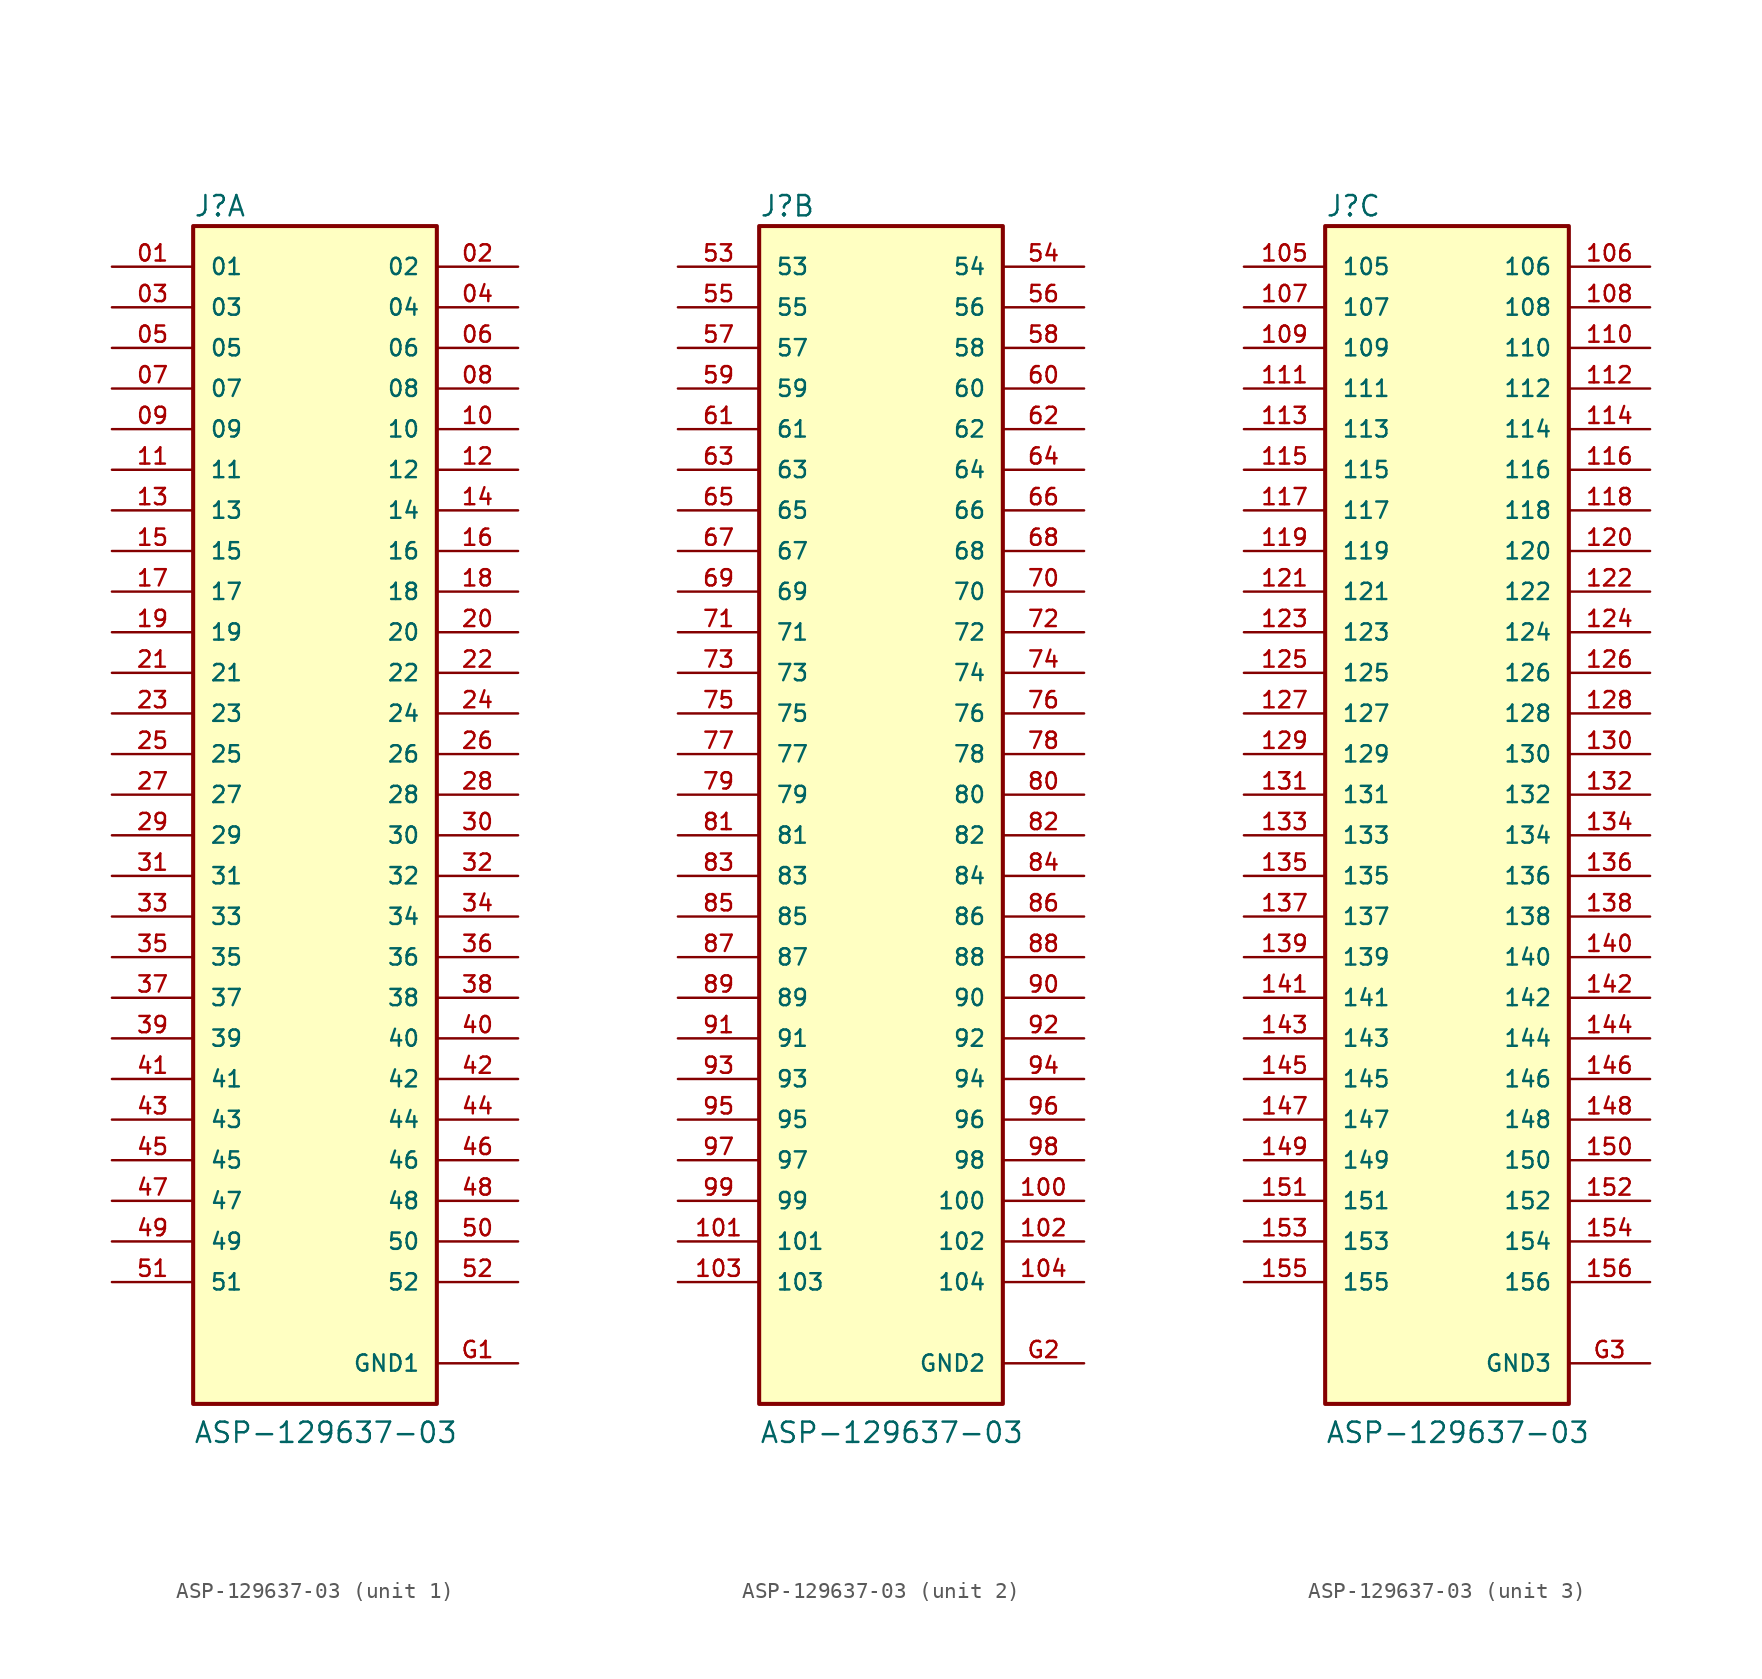
<source format=kicad_sym>
(kicad_symbol_lib
  (version 20211014)
  (generator kicad_symbol_editor)
  (symbol "ASP-129637-03"
    (pin_names
      (offset 1.016))
    (property "Reference" "J"
      (at -7.62 36.068 0)
      (effects (font (size 1.27 1.27)) (justify bottom left)))
    (property "Value" "ASP-129637-03"
      (at -7.62 -40.64 0)
      (effects (font (size 1.27 1.27)) (justify bottom left)))
    (symbol "ASP-129637-03_1_0"
      (rectangle (start -7.62 -38.1) (end 7.62 35.56) (stroke (width 0.254)) (fill (type background)))
      (pin passive line (at -12.7 33.02 0) (length 5.08) (name "01" (effects (font (size 1.016 1.016)))) (number "01" (effects (font (size 1.016 1.016)))))
      (pin passive line (at 12.7 33.02 180.0) (length 5.08) (name "02" (effects (font (size 1.016 1.016)))) (number "02" (effects (font (size 1.016 1.016)))))
      (pin passive line (at -12.7 30.48 0) (length 5.08) (name "03" (effects (font (size 1.016 1.016)))) (number "03" (effects (font (size 1.016 1.016)))))
      (pin passive line (at 12.7 30.48 180.0) (length 5.08) (name "04" (effects (font (size 1.016 1.016)))) (number "04" (effects (font (size 1.016 1.016)))))
      (pin passive line (at -12.7 27.94 0) (length 5.08) (name "05" (effects (font (size 1.016 1.016)))) (number "05" (effects (font (size 1.016 1.016)))))
      (pin passive line (at 12.7 27.94 180.0) (length 5.08) (name "06" (effects (font (size 1.016 1.016)))) (number "06" (effects (font (size 1.016 1.016)))))
      (pin passive line (at -12.7 25.4 0) (length 5.08) (name "07" (effects (font (size 1.016 1.016)))) (number "07" (effects (font (size 1.016 1.016)))))
      (pin passive line (at 12.7 25.4 180.0) (length 5.08) (name "08" (effects (font (size 1.016 1.016)))) (number "08" (effects (font (size 1.016 1.016)))))
      (pin passive line (at -12.7 22.86 0) (length 5.08) (name "09" (effects (font (size 1.016 1.016)))) (number "09" (effects (font (size 1.016 1.016)))))
      (pin passive line (at 12.7 22.86 180.0) (length 5.08) (name "10" (effects (font (size 1.016 1.016)))) (number "10" (effects (font (size 1.016 1.016)))))
      (pin passive line (at -12.7 20.32 0) (length 5.08) (name "11" (effects (font (size 1.016 1.016)))) (number "11" (effects (font (size 1.016 1.016)))))
      (pin passive line (at 12.7 20.32 180.0) (length 5.08) (name "12" (effects (font (size 1.016 1.016)))) (number "12" (effects (font (size 1.016 1.016)))))
      (pin passive line (at -12.7 17.78 0) (length 5.08) (name "13" (effects (font (size 1.016 1.016)))) (number "13" (effects (font (size 1.016 1.016)))))
      (pin passive line (at 12.7 17.78 180.0) (length 5.08) (name "14" (effects (font (size 1.016 1.016)))) (number "14" (effects (font (size 1.016 1.016)))))
      (pin passive line (at -12.7 15.24 0) (length 5.08) (name "15" (effects (font (size 1.016 1.016)))) (number "15" (effects (font (size 1.016 1.016)))))
      (pin passive line (at 12.7 15.24 180.0) (length 5.08) (name "16" (effects (font (size 1.016 1.016)))) (number "16" (effects (font (size 1.016 1.016)))))
      (pin passive line (at -12.7 12.7 0) (length 5.08) (name "17" (effects (font (size 1.016 1.016)))) (number "17" (effects (font (size 1.016 1.016)))))
      (pin passive line (at 12.7 12.7 180.0) (length 5.08) (name "18" (effects (font (size 1.016 1.016)))) (number "18" (effects (font (size 1.016 1.016)))))
      (pin passive line (at -12.7 10.16 0) (length 5.08) (name "19" (effects (font (size 1.016 1.016)))) (number "19" (effects (font (size 1.016 1.016)))))
      (pin passive line (at 12.7 10.16 180.0) (length 5.08) (name "20" (effects (font (size 1.016 1.016)))) (number "20" (effects (font (size 1.016 1.016)))))
      (pin passive line (at -12.7 7.62 0) (length 5.08) (name "21" (effects (font (size 1.016 1.016)))) (number "21" (effects (font (size 1.016 1.016)))))
      (pin passive line (at 12.7 7.62 180.0) (length 5.08) (name "22" (effects (font (size 1.016 1.016)))) (number "22" (effects (font (size 1.016 1.016)))))
      (pin passive line (at -12.7 5.08 0) (length 5.08) (name "23" (effects (font (size 1.016 1.016)))) (number "23" (effects (font (size 1.016 1.016)))))
      (pin passive line (at 12.7 5.08 180.0) (length 5.08) (name "24" (effects (font (size 1.016 1.016)))) (number "24" (effects (font (size 1.016 1.016)))))
      (pin passive line (at -12.7 2.54 0) (length 5.08) (name "25" (effects (font (size 1.016 1.016)))) (number "25" (effects (font (size 1.016 1.016)))))
      (pin passive line (at 12.7 2.54 180.0) (length 5.08) (name "26" (effects (font (size 1.016 1.016)))) (number "26" (effects (font (size 1.016 1.016)))))
      (pin passive line (at -12.7 0.0 0) (length 5.08) (name "27" (effects (font (size 1.016 1.016)))) (number "27" (effects (font (size 1.016 1.016)))))
      (pin passive line (at 12.7 0.0 180.0) (length 5.08) (name "28" (effects (font (size 1.016 1.016)))) (number "28" (effects (font (size 1.016 1.016)))))
      (pin passive line (at -12.7 -2.54 0) (length 5.08) (name "29" (effects (font (size 1.016 1.016)))) (number "29" (effects (font (size 1.016 1.016)))))
      (pin passive line (at 12.7 -2.54 180.0) (length 5.08) (name "30" (effects (font (size 1.016 1.016)))) (number "30" (effects (font (size 1.016 1.016)))))
      (pin passive line (at -12.7 -5.08 0) (length 5.08) (name "31" (effects (font (size 1.016 1.016)))) (number "31" (effects (font (size 1.016 1.016)))))
      (pin passive line (at 12.7 -5.08 180.0) (length 5.08) (name "32" (effects (font (size 1.016 1.016)))) (number "32" (effects (font (size 1.016 1.016)))))
      (pin passive line (at -12.7 -7.62 0) (length 5.08) (name "33" (effects (font (size 1.016 1.016)))) (number "33" (effects (font (size 1.016 1.016)))))
      (pin passive line (at 12.7 -7.62 180.0) (length 5.08) (name "34" (effects (font (size 1.016 1.016)))) (number "34" (effects (font (size 1.016 1.016)))))
      (pin passive line (at -12.7 -10.16 0) (length 5.08) (name "35" (effects (font (size 1.016 1.016)))) (number "35" (effects (font (size 1.016 1.016)))))
      (pin passive line (at 12.7 -10.16 180.0) (length 5.08) (name "36" (effects (font (size 1.016 1.016)))) (number "36" (effects (font (size 1.016 1.016)))))
      (pin passive line (at -12.7 -12.7 0) (length 5.08) (name "37" (effects (font (size 1.016 1.016)))) (number "37" (effects (font (size 1.016 1.016)))))
      (pin passive line (at 12.7 -12.7 180.0) (length 5.08) (name "38" (effects (font (size 1.016 1.016)))) (number "38" (effects (font (size 1.016 1.016)))))
      (pin passive line (at -12.7 -15.24 0) (length 5.08) (name "39" (effects (font (size 1.016 1.016)))) (number "39" (effects (font (size 1.016 1.016)))))
      (pin passive line (at 12.7 -15.24 180.0) (length 5.08) (name "40" (effects (font (size 1.016 1.016)))) (number "40" (effects (font (size 1.016 1.016)))))
      (pin passive line (at -12.7 -17.78 0) (length 5.08) (name "41" (effects (font (size 1.016 1.016)))) (number "41" (effects (font (size 1.016 1.016)))))
      (pin passive line (at 12.7 -17.78 180.0) (length 5.08) (name "42" (effects (font (size 1.016 1.016)))) (number "42" (effects (font (size 1.016 1.016)))))
      (pin passive line (at -12.7 -20.32 0) (length 5.08) (name "43" (effects (font (size 1.016 1.016)))) (number "43" (effects (font (size 1.016 1.016)))))
      (pin passive line (at 12.7 -20.32 180.0) (length 5.08) (name "44" (effects (font (size 1.016 1.016)))) (number "44" (effects (font (size 1.016 1.016)))))
      (pin passive line (at -12.7 -22.86 0) (length 5.08) (name "45" (effects (font (size 1.016 1.016)))) (number "45" (effects (font (size 1.016 1.016)))))
      (pin passive line (at 12.7 -22.86 180.0) (length 5.08) (name "46" (effects (font (size 1.016 1.016)))) (number "46" (effects (font (size 1.016 1.016)))))
      (pin passive line (at -12.7 -25.4 0) (length 5.08) (name "47" (effects (font (size 1.016 1.016)))) (number "47" (effects (font (size 1.016 1.016)))))
      (pin passive line (at 12.7 -25.4 180.0) (length 5.08) (name "48" (effects (font (size 1.016 1.016)))) (number "48" (effects (font (size 1.016 1.016)))))
      (pin passive line (at -12.7 -27.94 0) (length 5.08) (name "49" (effects (font (size 1.016 1.016)))) (number "49" (effects (font (size 1.016 1.016)))))
      (pin passive line (at 12.7 -27.94 180.0) (length 5.08) (name "50" (effects (font (size 1.016 1.016)))) (number "50" (effects (font (size 1.016 1.016)))))
      (pin passive line (at -12.7 -30.48 0) (length 5.08) (name "51" (effects (font (size 1.016 1.016)))) (number "51" (effects (font (size 1.016 1.016)))))
      (pin passive line (at 12.7 -30.48 180.0) (length 5.08) (name "52" (effects (font (size 1.016 1.016)))) (number "52" (effects (font (size 1.016 1.016)))))
      (pin power_in line (at 12.7 -35.56 180.0) (length 5.08) (name "GND1" (effects (font (size 1.016 1.016)))) (number "G1" (effects (font (size 1.016 1.016))))))
    (symbol "ASP-129637-03_2_0"
      (rectangle (start -7.62 -38.1) (end 7.62 35.56) (stroke (width 0.254)) (fill (type background)))
      (pin passive line (at -12.7 33.02 0) (length 5.08) (name "53" (effects (font (size 1.016 1.016)))) (number "53" (effects (font (size 1.016 1.016)))))
      (pin passive line (at 12.7 33.02 180.0) (length 5.08) (name "54" (effects (font (size 1.016 1.016)))) (number "54" (effects (font (size 1.016 1.016)))))
      (pin passive line (at -12.7 30.48 0) (length 5.08) (name "55" (effects (font (size 1.016 1.016)))) (number "55" (effects (font (size 1.016 1.016)))))
      (pin passive line (at 12.7 30.48 180.0) (length 5.08) (name "56" (effects (font (size 1.016 1.016)))) (number "56" (effects (font (size 1.016 1.016)))))
      (pin passive line (at -12.7 27.94 0) (length 5.08) (name "57" (effects (font (size 1.016 1.016)))) (number "57" (effects (font (size 1.016 1.016)))))
      (pin passive line (at 12.7 27.94 180.0) (length 5.08) (name "58" (effects (font (size 1.016 1.016)))) (number "58" (effects (font (size 1.016 1.016)))))
      (pin passive line (at -12.7 25.4 0) (length 5.08) (name "59" (effects (font (size 1.016 1.016)))) (number "59" (effects (font (size 1.016 1.016)))))
      (pin passive line (at 12.7 25.4 180.0) (length 5.08) (name "60" (effects (font (size 1.016 1.016)))) (number "60" (effects (font (size 1.016 1.016)))))
      (pin passive line (at -12.7 22.86 0) (length 5.08) (name "61" (effects (font (size 1.016 1.016)))) (number "61" (effects (font (size 1.016 1.016)))))
      (pin passive line (at 12.7 22.86 180.0) (length 5.08) (name "62" (effects (font (size 1.016 1.016)))) (number "62" (effects (font (size 1.016 1.016)))))
      (pin passive line (at -12.7 20.32 0) (length 5.08) (name "63" (effects (font (size 1.016 1.016)))) (number "63" (effects (font (size 1.016 1.016)))))
      (pin passive line (at 12.7 20.32 180.0) (length 5.08) (name "64" (effects (font (size 1.016 1.016)))) (number "64" (effects (font (size 1.016 1.016)))))
      (pin passive line (at -12.7 17.78 0) (length 5.08) (name "65" (effects (font (size 1.016 1.016)))) (number "65" (effects (font (size 1.016 1.016)))))
      (pin passive line (at 12.7 17.78 180.0) (length 5.08) (name "66" (effects (font (size 1.016 1.016)))) (number "66" (effects (font (size 1.016 1.016)))))
      (pin passive line (at -12.7 15.24 0) (length 5.08) (name "67" (effects (font (size 1.016 1.016)))) (number "67" (effects (font (size 1.016 1.016)))))
      (pin passive line (at 12.7 15.24 180.0) (length 5.08) (name "68" (effects (font (size 1.016 1.016)))) (number "68" (effects (font (size 1.016 1.016)))))
      (pin passive line (at -12.7 12.7 0) (length 5.08) (name "69" (effects (font (size 1.016 1.016)))) (number "69" (effects (font (size 1.016 1.016)))))
      (pin passive line (at 12.7 12.7 180.0) (length 5.08) (name "70" (effects (font (size 1.016 1.016)))) (number "70" (effects (font (size 1.016 1.016)))))
      (pin passive line (at -12.7 10.16 0) (length 5.08) (name "71" (effects (font (size 1.016 1.016)))) (number "71" (effects (font (size 1.016 1.016)))))
      (pin passive line (at 12.7 10.16 180.0) (length 5.08) (name "72" (effects (font (size 1.016 1.016)))) (number "72" (effects (font (size 1.016 1.016)))))
      (pin passive line (at -12.7 7.62 0) (length 5.08) (name "73" (effects (font (size 1.016 1.016)))) (number "73" (effects (font (size 1.016 1.016)))))
      (pin passive line (at 12.7 7.62 180.0) (length 5.08) (name "74" (effects (font (size 1.016 1.016)))) (number "74" (effects (font (size 1.016 1.016)))))
      (pin passive line (at -12.7 5.08 0) (length 5.08) (name "75" (effects (font (size 1.016 1.016)))) (number "75" (effects (font (size 1.016 1.016)))))
      (pin passive line (at 12.7 5.08 180.0) (length 5.08) (name "76" (effects (font (size 1.016 1.016)))) (number "76" (effects (font (size 1.016 1.016)))))
      (pin passive line (at -12.7 2.54 0) (length 5.08) (name "77" (effects (font (size 1.016 1.016)))) (number "77" (effects (font (size 1.016 1.016)))))
      (pin passive line (at 12.7 2.54 180.0) (length 5.08) (name "78" (effects (font (size 1.016 1.016)))) (number "78" (effects (font (size 1.016 1.016)))))
      (pin passive line (at -12.7 0.0 0) (length 5.08) (name "79" (effects (font (size 1.016 1.016)))) (number "79" (effects (font (size 1.016 1.016)))))
      (pin passive line (at 12.7 0.0 180.0) (length 5.08) (name "80" (effects (font (size 1.016 1.016)))) (number "80" (effects (font (size 1.016 1.016)))))
      (pin passive line (at -12.7 -2.54 0) (length 5.08) (name "81" (effects (font (size 1.016 1.016)))) (number "81" (effects (font (size 1.016 1.016)))))
      (pin passive line (at 12.7 -2.54 180.0) (length 5.08) (name "82" (effects (font (size 1.016 1.016)))) (number "82" (effects (font (size 1.016 1.016)))))
      (pin passive line (at -12.7 -5.08 0) (length 5.08) (name "83" (effects (font (size 1.016 1.016)))) (number "83" (effects (font (size 1.016 1.016)))))
      (pin passive line (at 12.7 -5.08 180.0) (length 5.08) (name "84" (effects (font (size 1.016 1.016)))) (number "84" (effects (font (size 1.016 1.016)))))
      (pin passive line (at -12.7 -7.62 0) (length 5.08) (name "85" (effects (font (size 1.016 1.016)))) (number "85" (effects (font (size 1.016 1.016)))))
      (pin passive line (at 12.7 -7.62 180.0) (length 5.08) (name "86" (effects (font (size 1.016 1.016)))) (number "86" (effects (font (size 1.016 1.016)))))
      (pin passive line (at -12.7 -10.16 0) (length 5.08) (name "87" (effects (font (size 1.016 1.016)))) (number "87" (effects (font (size 1.016 1.016)))))
      (pin passive line (at 12.7 -10.16 180.0) (length 5.08) (name "88" (effects (font (size 1.016 1.016)))) (number "88" (effects (font (size 1.016 1.016)))))
      (pin passive line (at -12.7 -12.7 0) (length 5.08) (name "89" (effects (font (size 1.016 1.016)))) (number "89" (effects (font (size 1.016 1.016)))))
      (pin passive line (at 12.7 -12.7 180.0) (length 5.08) (name "90" (effects (font (size 1.016 1.016)))) (number "90" (effects (font (size 1.016 1.016)))))
      (pin passive line (at -12.7 -15.24 0) (length 5.08) (name "91" (effects (font (size 1.016 1.016)))) (number "91" (effects (font (size 1.016 1.016)))))
      (pin passive line (at 12.7 -15.24 180.0) (length 5.08) (name "92" (effects (font (size 1.016 1.016)))) (number "92" (effects (font (size 1.016 1.016)))))
      (pin passive line (at -12.7 -17.78 0) (length 5.08) (name "93" (effects (font (size 1.016 1.016)))) (number "93" (effects (font (size 1.016 1.016)))))
      (pin passive line (at 12.7 -17.78 180.0) (length 5.08) (name "94" (effects (font (size 1.016 1.016)))) (number "94" (effects (font (size 1.016 1.016)))))
      (pin passive line (at -12.7 -20.32 0) (length 5.08) (name "95" (effects (font (size 1.016 1.016)))) (number "95" (effects (font (size 1.016 1.016)))))
      (pin passive line (at 12.7 -20.32 180.0) (length 5.08) (name "96" (effects (font (size 1.016 1.016)))) (number "96" (effects (font (size 1.016 1.016)))))
      (pin passive line (at -12.7 -22.86 0) (length 5.08) (name "97" (effects (font (size 1.016 1.016)))) (number "97" (effects (font (size 1.016 1.016)))))
      (pin passive line (at 12.7 -22.86 180.0) (length 5.08) (name "98" (effects (font (size 1.016 1.016)))) (number "98" (effects (font (size 1.016 1.016)))))
      (pin passive line (at -12.7 -25.4 0) (length 5.08) (name "99" (effects (font (size 1.016 1.016)))) (number "99" (effects (font (size 1.016 1.016)))))
      (pin passive line (at 12.7 -25.4 180.0) (length 5.08) (name "100" (effects (font (size 1.016 1.016)))) (number "100" (effects (font (size 1.016 1.016)))))
      (pin passive line (at -12.7 -27.94 0) (length 5.08) (name "101" (effects (font (size 1.016 1.016)))) (number "101" (effects (font (size 1.016 1.016)))))
      (pin passive line (at 12.7 -27.94 180.0) (length 5.08) (name "102" (effects (font (size 1.016 1.016)))) (number "102" (effects (font (size 1.016 1.016)))))
      (pin passive line (at -12.7 -30.48 0) (length 5.08) (name "103" (effects (font (size 1.016 1.016)))) (number "103" (effects (font (size 1.016 1.016)))))
      (pin passive line (at 12.7 -30.48 180.0) (length 5.08) (name "104" (effects (font (size 1.016 1.016)))) (number "104" (effects (font (size 1.016 1.016)))))
      (pin power_in line (at 12.7 -35.56 180.0) (length 5.08) (name "GND2" (effects (font (size 1.016 1.016)))) (number "G2" (effects (font (size 1.016 1.016))))))
    (symbol "ASP-129637-03_3_0"
      (rectangle (start -7.62 -38.1) (end 7.62 35.56) (stroke (width 0.254)) (fill (type background)))
      (pin passive line (at -12.7 33.02 0) (length 5.08) (name "105" (effects (font (size 1.016 1.016)))) (number "105" (effects (font (size 1.016 1.016)))))
      (pin passive line (at 12.7 33.02 180.0) (length 5.08) (name "106" (effects (font (size 1.016 1.016)))) (number "106" (effects (font (size 1.016 1.016)))))
      (pin passive line (at -12.7 30.48 0) (length 5.08) (name "107" (effects (font (size 1.016 1.016)))) (number "107" (effects (font (size 1.016 1.016)))))
      (pin passive line (at 12.7 30.48 180.0) (length 5.08) (name "108" (effects (font (size 1.016 1.016)))) (number "108" (effects (font (size 1.016 1.016)))))
      (pin passive line (at -12.7 27.94 0) (length 5.08) (name "109" (effects (font (size 1.016 1.016)))) (number "109" (effects (font (size 1.016 1.016)))))
      (pin passive line (at 12.7 27.94 180.0) (length 5.08) (name "110" (effects (font (size 1.016 1.016)))) (number "110" (effects (font (size 1.016 1.016)))))
      (pin passive line (at -12.7 25.4 0) (length 5.08) (name "111" (effects (font (size 1.016 1.016)))) (number "111" (effects (font (size 1.016 1.016)))))
      (pin passive line (at 12.7 25.4 180.0) (length 5.08) (name "112" (effects (font (size 1.016 1.016)))) (number "112" (effects (font (size 1.016 1.016)))))
      (pin passive line (at -12.7 22.86 0) (length 5.08) (name "113" (effects (font (size 1.016 1.016)))) (number "113" (effects (font (size 1.016 1.016)))))
      (pin passive line (at 12.7 22.86 180.0) (length 5.08) (name "114" (effects (font (size 1.016 1.016)))) (number "114" (effects (font (size 1.016 1.016)))))
      (pin passive line (at -12.7 20.32 0) (length 5.08) (name "115" (effects (font (size 1.016 1.016)))) (number "115" (effects (font (size 1.016 1.016)))))
      (pin passive line (at 12.7 20.32 180.0) (length 5.08) (name "116" (effects (font (size 1.016 1.016)))) (number "116" (effects (font (size 1.016 1.016)))))
      (pin passive line (at -12.7 17.78 0) (length 5.08) (name "117" (effects (font (size 1.016 1.016)))) (number "117" (effects (font (size 1.016 1.016)))))
      (pin passive line (at 12.7 17.78 180.0) (length 5.08) (name "118" (effects (font (size 1.016 1.016)))) (number "118" (effects (font (size 1.016 1.016)))))
      (pin passive line (at -12.7 15.24 0) (length 5.08) (name "119" (effects (font (size 1.016 1.016)))) (number "119" (effects (font (size 1.016 1.016)))))
      (pin passive line (at 12.7 15.24 180.0) (length 5.08) (name "120" (effects (font (size 1.016 1.016)))) (number "120" (effects (font (size 1.016 1.016)))))
      (pin passive line (at -12.7 12.7 0) (length 5.08) (name "121" (effects (font (size 1.016 1.016)))) (number "121" (effects (font (size 1.016 1.016)))))
      (pin passive line (at 12.7 12.7 180.0) (length 5.08) (name "122" (effects (font (size 1.016 1.016)))) (number "122" (effects (font (size 1.016 1.016)))))
      (pin passive line (at -12.7 10.16 0) (length 5.08) (name "123" (effects (font (size 1.016 1.016)))) (number "123" (effects (font (size 1.016 1.016)))))
      (pin passive line (at 12.7 10.16 180.0) (length 5.08) (name "124" (effects (font (size 1.016 1.016)))) (number "124" (effects (font (size 1.016 1.016)))))
      (pin passive line (at -12.7 7.62 0) (length 5.08) (name "125" (effects (font (size 1.016 1.016)))) (number "125" (effects (font (size 1.016 1.016)))))
      (pin passive line (at 12.7 7.62 180.0) (length 5.08) (name "126" (effects (font (size 1.016 1.016)))) (number "126" (effects (font (size 1.016 1.016)))))
      (pin passive line (at -12.7 5.08 0) (length 5.08) (name "127" (effects (font (size 1.016 1.016)))) (number "127" (effects (font (size 1.016 1.016)))))
      (pin passive line (at 12.7 5.08 180.0) (length 5.08) (name "128" (effects (font (size 1.016 1.016)))) (number "128" (effects (font (size 1.016 1.016)))))
      (pin passive line (at -12.7 2.54 0) (length 5.08) (name "129" (effects (font (size 1.016 1.016)))) (number "129" (effects (font (size 1.016 1.016)))))
      (pin passive line (at 12.7 2.54 180.0) (length 5.08) (name "130" (effects (font (size 1.016 1.016)))) (number "130" (effects (font (size 1.016 1.016)))))
      (pin passive line (at -12.7 0.0 0) (length 5.08) (name "131" (effects (font (size 1.016 1.016)))) (number "131" (effects (font (size 1.016 1.016)))))
      (pin passive line (at 12.7 0.0 180.0) (length 5.08) (name "132" (effects (font (size 1.016 1.016)))) (number "132" (effects (font (size 1.016 1.016)))))
      (pin passive line (at -12.7 -2.54 0) (length 5.08) (name "133" (effects (font (size 1.016 1.016)))) (number "133" (effects (font (size 1.016 1.016)))))
      (pin passive line (at 12.7 -2.54 180.0) (length 5.08) (name "134" (effects (font (size 1.016 1.016)))) (number "134" (effects (font (size 1.016 1.016)))))
      (pin passive line (at -12.7 -5.08 0) (length 5.08) (name "135" (effects (font (size 1.016 1.016)))) (number "135" (effects (font (size 1.016 1.016)))))
      (pin passive line (at 12.7 -5.08 180.0) (length 5.08) (name "136" (effects (font (size 1.016 1.016)))) (number "136" (effects (font (size 1.016 1.016)))))
      (pin passive line (at -12.7 -7.62 0) (length 5.08) (name "137" (effects (font (size 1.016 1.016)))) (number "137" (effects (font (size 1.016 1.016)))))
      (pin passive line (at 12.7 -7.62 180.0) (length 5.08) (name "138" (effects (font (size 1.016 1.016)))) (number "138" (effects (font (size 1.016 1.016)))))
      (pin passive line (at -12.7 -10.16 0) (length 5.08) (name "139" (effects (font (size 1.016 1.016)))) (number "139" (effects (font (size 1.016 1.016)))))
      (pin passive line (at 12.7 -10.16 180.0) (length 5.08) (name "140" (effects (font (size 1.016 1.016)))) (number "140" (effects (font (size 1.016 1.016)))))
      (pin passive line (at -12.7 -12.7 0) (length 5.08) (name "141" (effects (font (size 1.016 1.016)))) (number "141" (effects (font (size 1.016 1.016)))))
      (pin passive line (at 12.7 -12.7 180.0) (length 5.08) (name "142" (effects (font (size 1.016 1.016)))) (number "142" (effects (font (size 1.016 1.016)))))
      (pin passive line (at -12.7 -15.24 0) (length 5.08) (name "143" (effects (font (size 1.016 1.016)))) (number "143" (effects (font (size 1.016 1.016)))))
      (pin passive line (at 12.7 -15.24 180.0) (length 5.08) (name "144" (effects (font (size 1.016 1.016)))) (number "144" (effects (font (size 1.016 1.016)))))
      (pin passive line (at -12.7 -17.78 0) (length 5.08) (name "145" (effects (font (size 1.016 1.016)))) (number "145" (effects (font (size 1.016 1.016)))))
      (pin passive line (at 12.7 -17.78 180.0) (length 5.08) (name "146" (effects (font (size 1.016 1.016)))) (number "146" (effects (font (size 1.016 1.016)))))
      (pin passive line (at -12.7 -20.32 0) (length 5.08) (name "147" (effects (font (size 1.016 1.016)))) (number "147" (effects (font (size 1.016 1.016)))))
      (pin passive line (at 12.7 -20.32 180.0) (length 5.08) (name "148" (effects (font (size 1.016 1.016)))) (number "148" (effects (font (size 1.016 1.016)))))
      (pin passive line (at -12.7 -22.86 0) (length 5.08) (name "149" (effects (font (size 1.016 1.016)))) (number "149" (effects (font (size 1.016 1.016)))))
      (pin passive line (at 12.7 -22.86 180.0) (length 5.08) (name "150" (effects (font (size 1.016 1.016)))) (number "150" (effects (font (size 1.016 1.016)))))
      (pin passive line (at -12.7 -25.4 0) (length 5.08) (name "151" (effects (font (size 1.016 1.016)))) (number "151" (effects (font (size 1.016 1.016)))))
      (pin passive line (at 12.7 -25.4 180.0) (length 5.08) (name "152" (effects (font (size 1.016 1.016)))) (number "152" (effects (font (size 1.016 1.016)))))
      (pin passive line (at -12.7 -27.94 0) (length 5.08) (name "153" (effects (font (size 1.016 1.016)))) (number "153" (effects (font (size 1.016 1.016)))))
      (pin passive line (at 12.7 -27.94 180.0) (length 5.08) (name "154" (effects (font (size 1.016 1.016)))) (number "154" (effects (font (size 1.016 1.016)))))
      (pin passive line (at -12.7 -30.48 0) (length 5.08) (name "155" (effects (font (size 1.016 1.016)))) (number "155" (effects (font (size 1.016 1.016)))))
      (pin passive line (at 12.7 -30.48 180.0) (length 5.08) (name "156" (effects (font (size 1.016 1.016)))) (number "156" (effects (font (size 1.016 1.016)))))
      (pin power_in line (at 12.7 -35.56 180.0) (length 5.08) (name "GND3" (effects (font (size 1.016 1.016)))) (number "G3" (effects (font (size 1.016 1.016))))))))
</source>
